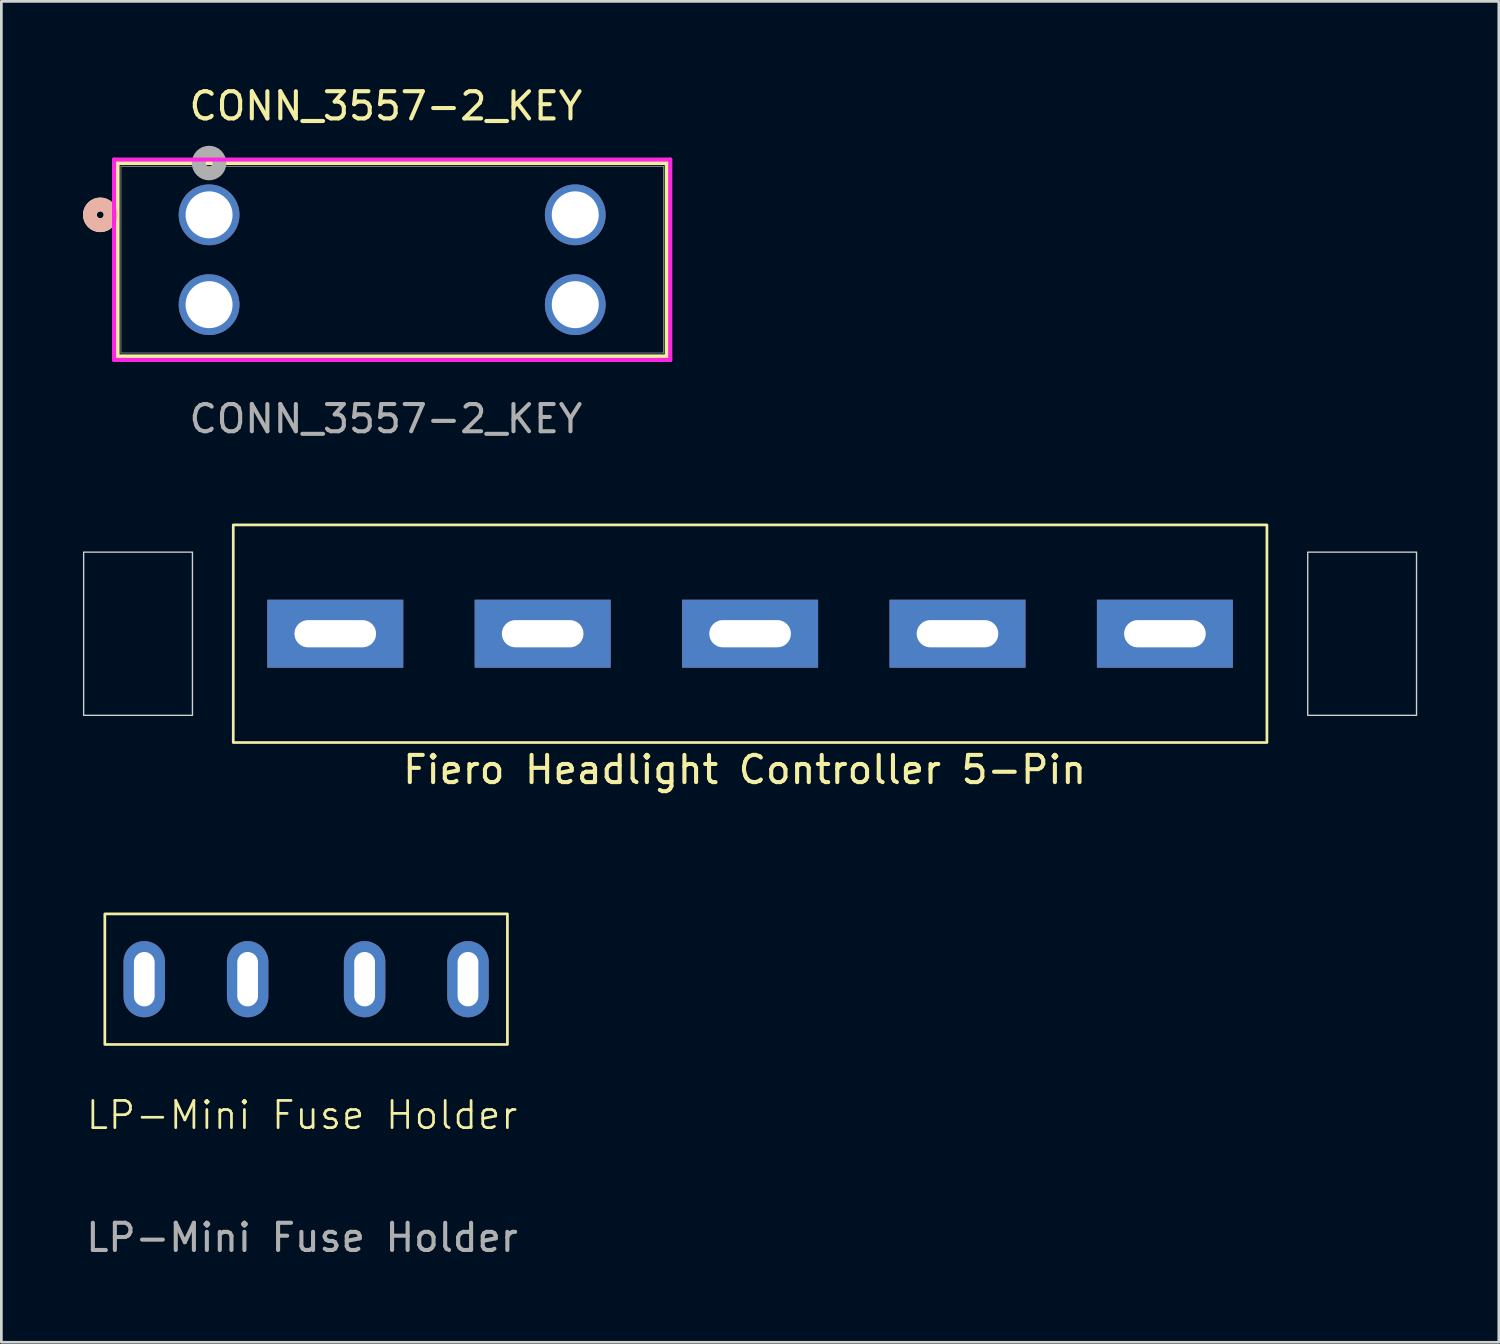
<source format=kicad_pcb>
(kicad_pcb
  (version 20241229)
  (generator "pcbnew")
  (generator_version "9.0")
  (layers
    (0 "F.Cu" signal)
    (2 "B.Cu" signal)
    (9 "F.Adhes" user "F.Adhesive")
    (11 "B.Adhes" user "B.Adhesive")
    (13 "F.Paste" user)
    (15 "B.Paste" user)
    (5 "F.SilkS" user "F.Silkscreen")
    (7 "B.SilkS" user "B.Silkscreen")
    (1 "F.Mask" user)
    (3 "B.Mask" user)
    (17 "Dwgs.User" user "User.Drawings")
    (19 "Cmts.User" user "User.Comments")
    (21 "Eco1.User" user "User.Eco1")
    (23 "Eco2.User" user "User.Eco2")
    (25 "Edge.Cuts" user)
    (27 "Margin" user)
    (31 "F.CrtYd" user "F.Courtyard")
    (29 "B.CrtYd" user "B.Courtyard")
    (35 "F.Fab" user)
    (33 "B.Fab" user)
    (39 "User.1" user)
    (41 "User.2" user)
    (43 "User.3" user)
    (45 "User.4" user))
  (footprint "CONN_3557-2_KEY"
    (layer "F.Cu")
    (at 4.636 4.848)
    (property "Reference" "CONN_3557-2_KEY" (at 6.5 -4 0) (unlocked yes) (layer "F.SilkS") (effects (font (size 1 1) (thickness 0.15))))
    (attr through_hole)
    (fp_line (start -3.365 -1.905) (end -3.365 5.207) (stroke (width 0.152) (type solid)) (layer "F.SilkS"))
    (fp_line (start -3.365 5.207) (end 16.828 5.207) (stroke (width 0.152) (type solid)) (layer "F.SilkS"))
    (fp_line (start 16.828 -1.905) (end -3.365 -1.905) (stroke (width 0.152) (type solid)) (layer "F.SilkS"))
    (fp_line (start 16.828 5.207) (end 16.828 -1.905) (stroke (width 0.152) (type solid)) (layer "F.SilkS"))
    (fp_circle (center -4 0) (end -3.619 0) (stroke (width 0.508) (type solid)) (fill no) (layer "F.SilkS"))
    (fp_circle (center -4 0) (end -3.619 0) (stroke (width 0.508) (type solid)) (fill no) (layer "B.SilkS"))
    (fp_line (start -3.493 -2.032) (end -3.493 5.334) (stroke (width 0.152) (type solid)) (layer "F.CrtYd"))
    (fp_line (start -3.493 5.334) (end 16.954 5.334) (stroke (width 0.152) (type solid)) (layer "F.CrtYd"))
    (fp_line (start 16.954 -2.032) (end -3.493 -2.032) (stroke (width 0.152) (type solid)) (layer "F.CrtYd"))
    (fp_line (start 16.954 5.334) (end 16.954 -2.032) (stroke (width 0.152) (type solid)) (layer "F.CrtYd"))
    (fp_line (start -3.239 -1.778) (end -3.239 5.08) (stroke (width 0.025) (type solid)) (layer "F.Fab"))
    (fp_line (start -3.239 5.08) (end 16.701 5.08) (stroke (width 0.025) (type solid)) (layer "F.Fab"))
    (fp_line (start 16.701 -1.778) (end -3.239 -1.778) (stroke (width 0.025) (type solid)) (layer "F.Fab"))
    (fp_line (start 16.701 5.08) (end 16.701 -1.778) (stroke (width 0.025) (type solid)) (layer "F.Fab"))
    (fp_circle (center 0 -1.905) (end 0.381 -1.905) (stroke (width 0.508) (type solid)) (fill no) (layer "F.Fab"))
    (fp_text user "${REFERENCE}" (at 6.5 7.5 0) (unlocked yes) (layer "F.Fab") (effects (font (size 1 1) (thickness 0.15))))
    (pad "1" thru_hole circle (at 0 0) (size 2.235 2.235) (drill 1.727) (layers "*.Cu" "*.Mask"))
    (pad "2" thru_hole circle (at 0 3.302) (size 2.235 2.235) (drill 1.727) (layers "*.Cu" "*.Mask"))
    (pad "3" thru_hole circle (at 13.462 0) (size 2.235 2.235) (drill 1.727) (layers "*.Cu" "*.Mask"))
    (pad "4" thru_hole circle (at 13.462 3.302) (size 2.235 2.235) (drill 1.727) (layers "*.Cu" "*.Mask")))
  (footprint "Fiero Headlight Controller 5-Pin"
    (layer "F.Cu")
    (at 21.025 27.247)
    (property "Reference" "Fiero Headlight Controller 5-Pin" (at 3.3 -2 0) (unlocked yes) (layer "F.SilkS") (effects (font (size 1 1) (thickness 0.15))))
    (attr through_hole)
    (fp_rect (start -15.5 -11) (end 22.5 -3) (stroke (width 0.1) (type default)) (fill no) (layer "F.SilkS"))
    (fp_rect (start -21 -10) (end -17 -4) (stroke (width 0.05) (type default)) (fill no) (layer "Edge.Cuts"))
    (fp_rect (start 24 -10) (end 28 -4) (stroke (width 0.05) (type default)) (fill no) (layer "Edge.Cuts"))
    (pad "A" thru_hole rect (at 18.75 -7) (size 5 2.5) (drill oval 3 1) (layers "*.Cu" "*.Mask"))
    (pad "B" thru_hole rect (at 11.125 -7) (size 5 2.5) (drill oval 3 1) (layers "*.Cu" "*.Mask"))
    (pad "C" thru_hole rect (at 3.5 -7) (size 5 2.5) (drill oval 3 1) (layers "*.Cu" "*.Mask"))
    (pad "D" thru_hole rect (at -4.125 -7) (size 5 2.5) (drill oval 3 1) (layers "*.Cu" "*.Mask"))
    (pad "E" thru_hole rect (at -11.75 -7) (size 5 2.5) (drill oval 3 1) (layers "*.Cu" "*.Mask")))
  (footprint "LP-Mini Fuse Holder"
    (layer "F.Cu")
    (at 8.054 39.947)
    (property "Reference" "LP-Mini Fuse Holder" (at 0 -2 0) (unlocked yes) (layer "F.SilkS") (effects (font (size 1 1) (thickness 0.1))))
    (attr through_hole)
    (fp_rect (start -7.25 -9.4) (end 7.55 -4.6) (stroke (width 0.1) (type default)) (fill no) (layer "F.SilkS"))
    (fp_text user "${REFERENCE}" (at 0 2.5 0) (unlocked yes) (layer "F.Fab") (effects (font (size 1 1) (thickness 0.15))))
    (pad "1" thru_hole oval (at -5.8 -7) (size 1.524 2.8) (drill oval 0.762 2) (layers "*.Cu" "*.Mask"))
    (pad "2" thru_hole oval (at -2 -7) (size 1.524 2.8) (drill oval 0.762 2) (layers "*.Cu" "*.Mask"))
    (pad "3" thru_hole oval (at 2.3 -7) (size 1.524 2.8) (drill oval 0.762 2) (layers "*.Cu" "*.Mask"))
    (pad "4" thru_hole oval (at 6.1 -7) (size 1.524 2.8) (drill oval 0.762 2) (layers "*.Cu" "*.Mask")))
  (gr_rect
    (start -3 -3)
    (end 52.05 46.295)
    (stroke (width 0.1) (type default))
    (fill no)
    (layer "Edge.Cuts")))
</source>
